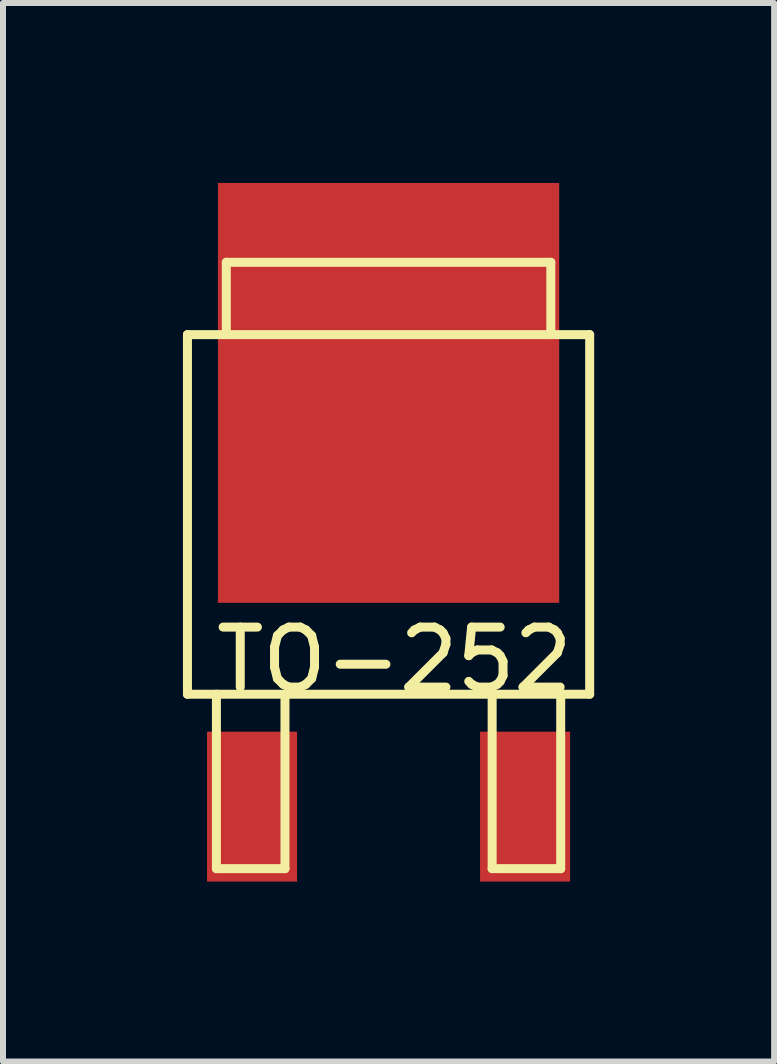
<source format=kicad_pcb>
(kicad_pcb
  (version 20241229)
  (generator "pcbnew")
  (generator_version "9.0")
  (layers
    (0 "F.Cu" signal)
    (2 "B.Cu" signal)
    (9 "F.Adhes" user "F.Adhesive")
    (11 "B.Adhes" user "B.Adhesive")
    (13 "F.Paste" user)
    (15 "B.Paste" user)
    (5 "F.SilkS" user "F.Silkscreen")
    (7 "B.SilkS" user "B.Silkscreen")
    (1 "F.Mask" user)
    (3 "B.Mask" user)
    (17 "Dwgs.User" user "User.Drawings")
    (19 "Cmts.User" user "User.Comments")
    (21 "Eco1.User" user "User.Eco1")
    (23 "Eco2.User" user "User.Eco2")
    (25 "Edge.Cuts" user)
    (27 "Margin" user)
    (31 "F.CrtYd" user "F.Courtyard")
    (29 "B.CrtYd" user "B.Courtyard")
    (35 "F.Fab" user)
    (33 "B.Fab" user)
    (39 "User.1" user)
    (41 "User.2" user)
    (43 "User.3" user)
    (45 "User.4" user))
  (footprint "TO-252"
    (layer "F.Cu")
    (at 3.428 6.949)
    (property "Reference" "TO-252" (at 0.099 1.001 0) (layer "F.SilkS") (effects (font (size 1 1) (thickness 0.15))))
    (attr smd)
    (fp_line (start -3.353 -4.42) (end -3.353 1.575) (stroke (width 0.15) (type solid)) (layer "F.SilkS"))
    (fp_line (start -2.87 1.575) (end -2.87 4.483) (stroke (width 0.15) (type solid)) (layer "F.SilkS"))
    (fp_line (start -2.87 4.483) (end -1.727 4.483) (stroke (width 0.15) (type solid)) (layer "F.SilkS"))
    (fp_line (start -2.705 -5.626) (end 2.705 -5.626) (stroke (width 0.15) (type solid)) (layer "F.SilkS"))
    (fp_line (start -2.705 -4.432) (end -2.705 -5.626) (stroke (width 0.15) (type solid)) (layer "F.SilkS"))
    (fp_line (start -1.727 4.483) (end -1.727 1.575) (stroke (width 0.15) (type solid)) (layer "F.SilkS"))
    (fp_line (start 1.727 1.575) (end 1.727 4.483) (stroke (width 0.15) (type solid)) (layer "F.SilkS"))
    (fp_line (start 1.727 4.483) (end 2.87 4.483) (stroke (width 0.15) (type solid)) (layer "F.SilkS"))
    (fp_line (start 2.705 -5.626) (end 2.705 -4.42) (stroke (width 0.15) (type solid)) (layer "F.SilkS"))
    (fp_line (start 2.87 4.483) (end 2.87 1.575) (stroke (width 0.15) (type solid)) (layer "F.SilkS"))
    (fp_line (start 3.353 -4.42) (end -3.353 -4.42) (stroke (width 0.15) (type solid)) (layer "F.SilkS"))
    (fp_line (start 3.353 1.575) (end -3.353 1.575) (stroke (width 0.15) (type solid)) (layer "F.SilkS"))
    (fp_line (start 3.353 1.575) (end 3.353 -4.42) (stroke (width 0.15) (type solid)) (layer "F.SilkS"))
    (pad "1" smd rect (at 0 -3.449) (size 5.69 7) (layers "F.Cu" "F.Mask" "F.Paste"))
    (pad "2" smd rect (at -2.276 3.449) (size 1.501 2.499) (layers "F.Cu" "F.Mask" "F.Paste"))
    (pad "3" smd rect (at 2.276 3.449) (size 1.501 2.499) (layers "F.Cu" "F.Mask" "F.Paste")))
  (gr_rect
    (start -3 -3)
    (end 9.856 14.648)
    (stroke (width 0.1) (type default))
    (fill no)
    (layer "Edge.Cuts")))
</source>
